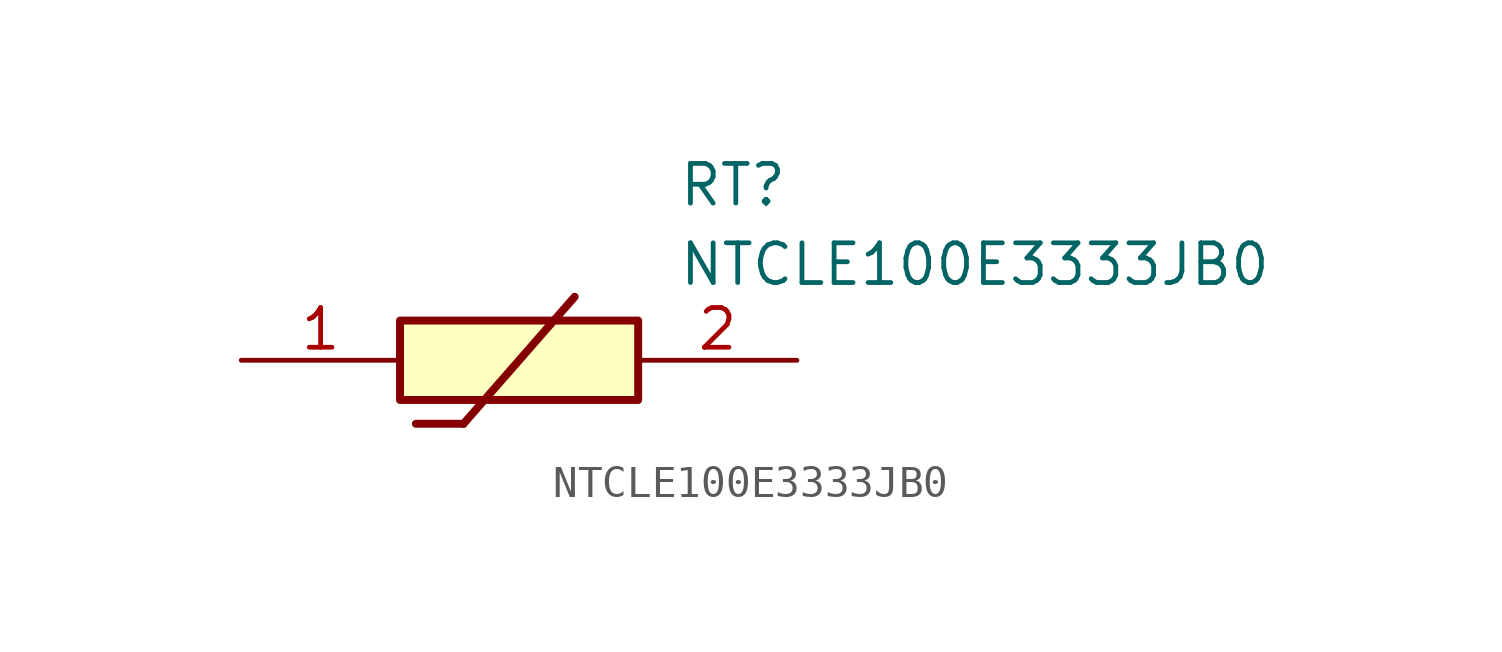
<source format=kicad_sym>
(kicad_symbol_lib
  (version 20211014)
  (generator SamacSys_ECAD_Model)
  (symbol "NTCLE100E3333JB0"
    (pin_names hide)
    (property "Reference" "RT"
      (at 13.97 6.35 0)
      (effects (font (size 1.27 1.27)) (justify left top)))
    (property "Value" "NTCLE100E3333JB0"
      (at 13.97 3.81 0)
      (effects (font (size 1.27 1.27)) (justify left top)))
    (rectangle
      (start 5.08 1.27)
      (end 12.7 -1.27)
      (stroke (width 0.254) (type default))
      (fill (type background)))
    (polyline
      (pts (xy 5.588 -2.032) (xy 7.112 -2.032))
      (stroke (width 0.254) (type default))
      (fill (type none)))
    (polyline
      (pts (xy 10.668 2.032) (xy 7.112 -2.032))
      (stroke (width 0.254) (type default))
      (fill (type none)))
    (pin passive line
      (at 0 0 0)
      (length 5.08)
      (name "1" (effects (font (size 1.27 1.27))))
      (number "1" (effects (font (size 1.27 1.27)))))
    (pin passive line
      (at 17.78 0 180)
      (length 5.08)
      (name "2" (effects (font (size 1.27 1.27))))
      (number "2" (effects (font (size 1.27 1.27)))))))
</source>
